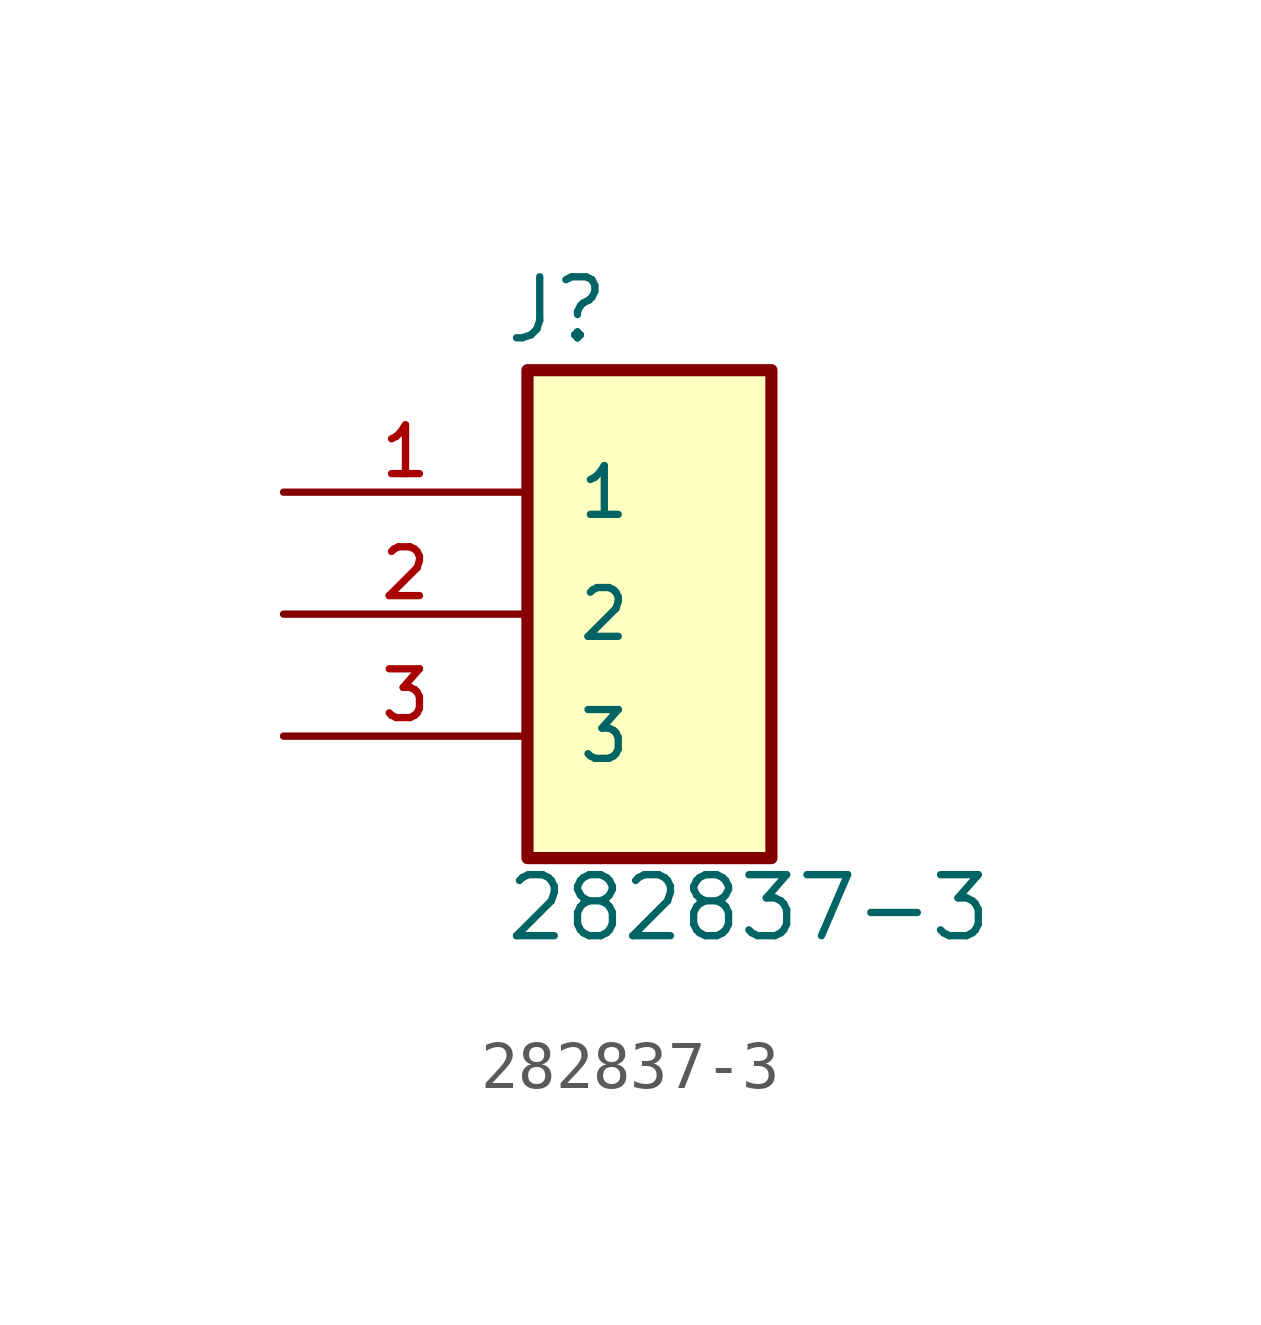
<source format=kicad_sym>
(kicad_symbol_lib
  (version 20211014)
  (generator kicad_symbol_editor)
  (symbol "282837-3"
    (pin_names
      (offset 1.016))
    (property "Reference" "J"
      (at -3.05 5.592 0)
      (effects (font (size 1.27 1.27)) (justify bottom left)))
    (property "Value" "282837-3"
      (at -3.049 -6.859 0)
      (effects (font (size 1.27 1.27)) (justify bottom left)))
    (symbol "282837-3_0_0"
      (rectangle (start -2.54 -5.08) (end 2.54 5.08) (stroke (width 0.254)) (fill (type background)))
      (pin passive line (at -7.62 2.54 0) (length 5.08) (name "1" (effects (font (size 1.016 1.016)))) (number "1" (effects (font (size 1.016 1.016)))))
      (pin passive line (at -7.62 0.0 0) (length 5.08) (name "2" (effects (font (size 1.016 1.016)))) (number "2" (effects (font (size 1.016 1.016)))))
      (pin passive line (at -7.62 -2.54 0) (length 5.08) (name "3" (effects (font (size 1.016 1.016)))) (number "3" (effects (font (size 1.016 1.016))))))))
</source>
